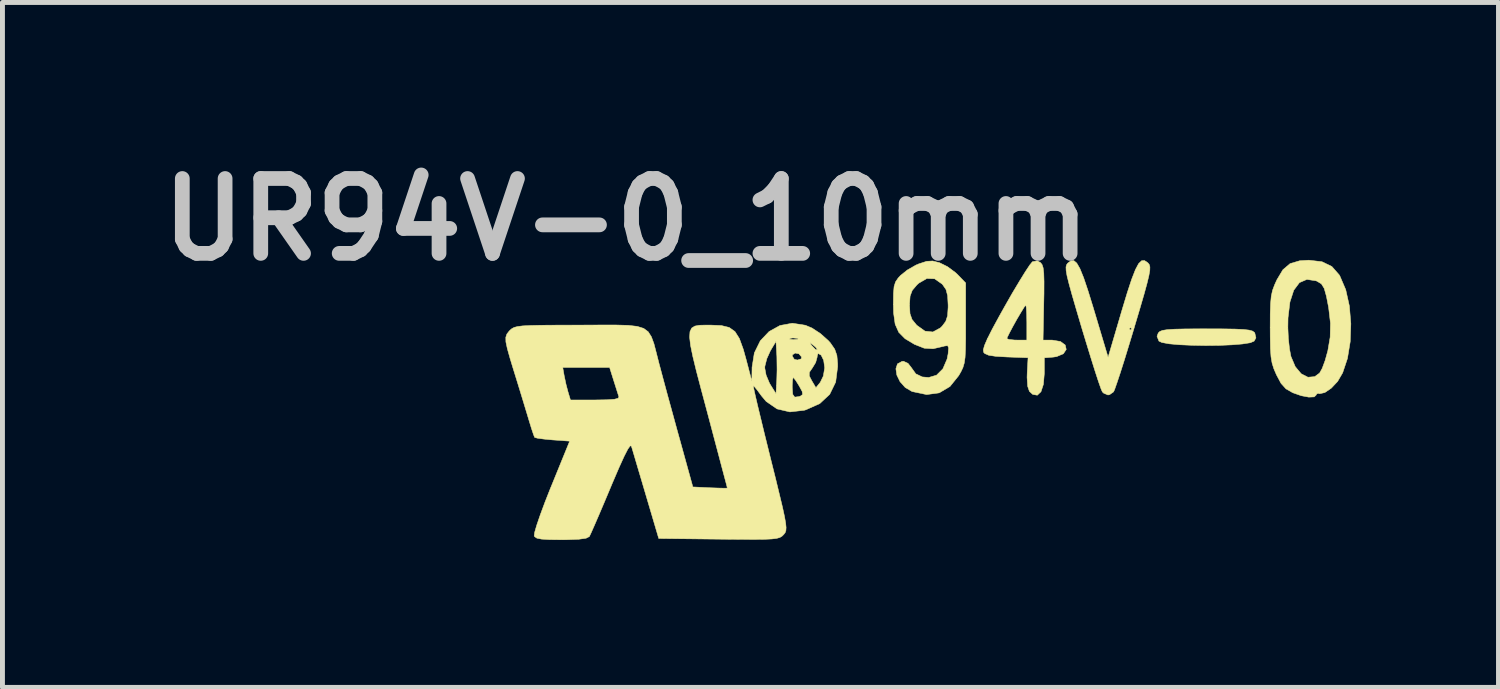
<source format=kicad_pcb>
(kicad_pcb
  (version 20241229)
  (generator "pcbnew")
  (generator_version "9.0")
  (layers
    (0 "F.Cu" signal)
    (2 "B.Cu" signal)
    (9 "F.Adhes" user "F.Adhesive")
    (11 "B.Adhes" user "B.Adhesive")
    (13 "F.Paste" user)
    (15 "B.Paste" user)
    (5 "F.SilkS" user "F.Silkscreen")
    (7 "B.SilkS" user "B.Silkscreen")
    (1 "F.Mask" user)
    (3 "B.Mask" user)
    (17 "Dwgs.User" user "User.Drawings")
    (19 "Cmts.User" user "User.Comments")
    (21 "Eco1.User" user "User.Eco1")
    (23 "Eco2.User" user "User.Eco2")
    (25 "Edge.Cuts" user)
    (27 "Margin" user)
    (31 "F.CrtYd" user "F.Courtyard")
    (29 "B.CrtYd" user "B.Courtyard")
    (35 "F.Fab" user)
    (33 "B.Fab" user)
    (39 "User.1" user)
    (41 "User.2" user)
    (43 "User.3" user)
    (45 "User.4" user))
  (footprint "UR94V-0_10mm"
    (layer "F.Cu")
    (at 17.596 6.818)
    (property "Reference" "UR94V-0_10mm" (at -7.9 -5.4 0) (unlocked yes) (layer "Dwgs.User") (effects (font (size 1.524 1.524) (thickness 0.3))))
    (attr through_hole)
    (fp_poly (pts (xy 4.245 -3.174) (xy 4.491 -3.17) (xy 4.664 -3.162) (xy 4.778 -3.149) (xy 4.847 -3.13) (xy 4.885 -3.103) (xy 4.894 -3.09) (xy 4.917 -2.991) (xy 4.88 -2.925) (xy 4.803 -2.892) (xy 4.644 -2.867) (xy 4.426 -2.849) (xy 4.168 -2.838) (xy 3.891 -2.835) (xy 3.615 -2.84) (xy 3.362 -2.851) (xy 3.151 -2.87) (xy 3.003 -2.897) (xy 2.943 -2.925) (xy 2.904 -3.023) (xy 2.929 -3.09) (xy 2.96 -3.121) (xy 3.015 -3.143) (xy 3.11 -3.158) (xy 3.26 -3.168) (xy 3.477 -3.173) (xy 3.776 -3.175) (xy 3.912 -3.175) (xy 4.245 -3.174)) (stroke (width 0.01) (type solid)) (fill yes) (layer "F.SilkS"))
    (fp_poly (pts (xy 2.713 -4.522) (xy 2.723 -4.512) (xy 2.747 -4.481) (xy 2.759 -4.435) (xy 2.757 -4.365) (xy 2.738 -4.256) (xy 2.7 -4.099) (xy 2.64 -3.88) (xy 2.555 -3.588) (xy 2.443 -3.212) (xy 2.438 -3.193) (xy 2.335 -2.853) (xy 2.24 -2.543) (xy 2.156 -2.279) (xy 2.087 -2.072) (xy 2.04 -1.938) (xy 2.019 -1.892) (xy 1.938 -1.835) (xy 1.905 -1.829) (xy 1.819 -1.865) (xy 1.791 -1.892) (xy 1.763 -1.957) (xy 1.711 -2.105) (xy 1.64 -2.323) (xy 1.554 -2.597) (xy 1.457 -2.913) (xy 1.372 -3.193) (xy 1.26 -3.573) (xy 1.174 -3.868) (xy 1.113 -4.09) (xy 1.073 -4.25) (xy 1.054 -4.36) (xy 1.051 -4.433) (xy 1.063 -4.479) (xy 1.086 -4.511) (xy 1.087 -4.512) (xy 1.151 -4.561) (xy 1.21 -4.564) (xy 1.27 -4.513) (xy 1.335 -4.4) (xy 1.41 -4.215) (xy 1.499 -3.951) (xy 1.608 -3.598) (xy 1.625 -3.541) (xy 1.908 -2.595) (xy 2.079 -3.175) (xy 2.337 -3.175) (xy 2.362 -3.15) (xy 2.388 -3.175) (xy 2.362 -3.2) (xy 2.337 -3.175) (xy 2.079 -3.175) (xy 2.186 -3.54) (xy 2.297 -3.907) (xy 2.388 -4.184) (xy 2.464 -4.379) (xy 2.529 -4.502) (xy 2.59 -4.561) (xy 2.649 -4.565) (xy 2.713 -4.522)) (stroke (width 0.01) (type solid)) (fill yes) (layer "F.SilkS"))
    (fp_poly (pts (xy 0.532 -4.523) (xy 0.564 -4.483) (xy 0.586 -4.416) (xy 0.599 -4.306) (xy 0.604 -4.136) (xy 0.603 -3.891) (xy 0.599 -3.7) (xy 0.584 -2.946) (xy 0.768 -2.946) (xy 0.939 -2.917) (xy 1.036 -2.845) (xy 1.056 -2.755) (xy 0.998 -2.668) (xy 0.861 -2.61) (xy 0.795 -2.6) (xy 0.61 -2.585) (xy 0.61 -2.268) (xy 0.591 -2.045) (xy 0.542 -1.895) (xy 0.467 -1.824) (xy 0.373 -1.841) (xy 0.306 -1.903) (xy 0.271 -2.006) (xy 0.259 -2.185) (xy 0.262 -2.282) (xy 0.279 -2.587) (xy -0.147 -2.602) (xy -0.375 -2.615) (xy -0.521 -2.637) (xy -0.602 -2.672) (xy -0.625 -2.697) (xy -0.632 -2.747) (xy -0.608 -2.836) (xy -0.548 -2.975) (xy -0.547 -2.976) (xy -0.152 -2.976) (xy -0.107 -2.958) (xy 0.005 -2.947) (xy 0.051 -2.946) (xy 0.254 -2.946) (xy 0.254 -3.302) (xy 0.251 -3.477) (xy 0.244 -3.604) (xy 0.234 -3.657) (xy 0.233 -3.658) (xy 0.2 -3.617) (xy 0.136 -3.513) (xy 0.053 -3.373) (xy -0.031 -3.222) (xy -0.102 -3.088) (xy -0.146 -2.998) (xy -0.152 -2.976) (xy -0.547 -2.976) (xy -0.448 -3.173) (xy -0.302 -3.441) (xy -0.194 -3.634) (xy -0.04 -3.904) (xy 0.103 -4.143) (xy 0.224 -4.339) (xy 0.315 -4.476) (xy 0.367 -4.54) (xy 0.368 -4.541) (xy 0.468 -4.559) (xy 0.532 -4.523)) (stroke (width 0.01) (type solid)) (fill yes) (layer "F.SilkS"))
    (fp_poly (pts (xy 6.261 -4.541) (xy 6.462 -4.444) (xy 6.613 -4.272) (xy 6.626 -4.249) (xy 6.745 -3.971) (xy 6.819 -3.639) (xy 6.849 -3.278) (xy 6.836 -2.914) (xy 6.78 -2.573) (xy 6.682 -2.28) (xy 6.58 -2.105) (xy 6.45 -1.967) (xy 6.319 -1.878) (xy 6.212 -1.854) (xy 6.185 -1.863) (xy 6.149 -1.848) (xy 6.147 -1.832) (xy 6.104 -1.79) (xy 5.993 -1.785) (xy 5.839 -1.814) (xy 5.668 -1.874) (xy 5.664 -1.876) (xy 5.528 -1.954) (xy 5.428 -2.065) (xy 5.334 -2.241) (xy 5.282 -2.362) (xy 5.246 -2.476) (xy 5.224 -2.606) (xy 5.212 -2.776) (xy 5.208 -3.009) (xy 5.207 -3.2) (xy 5.567 -3.2) (xy 5.577 -2.979) (xy 5.6 -2.768) (xy 5.629 -2.614) (xy 5.718 -2.404) (xy 5.839 -2.26) (xy 5.976 -2.19) (xy 6.114 -2.202) (xy 6.213 -2.275) (xy 6.266 -2.37) (xy 6.325 -2.529) (xy 6.378 -2.719) (xy 6.379 -2.72) (xy 6.428 -3.006) (xy 6.434 -3.289) (xy 6.397 -3.606) (xy 6.352 -3.838) (xy 6.307 -3.998) (xy 6.25 -4.09) (xy 6.159 -4.145) (xy 6.138 -4.153) (xy 5.954 -4.181) (xy 5.803 -4.116) (xy 5.687 -3.961) (xy 5.609 -3.721) (xy 5.57 -3.398) (xy 5.567 -3.2) (xy 5.207 -3.2) (xy 5.208 -3.483) (xy 5.215 -3.688) (xy 5.229 -3.838) (xy 5.255 -3.958) (xy 5.297 -4.07) (xy 5.343 -4.172) (xy 5.466 -4.378) (xy 5.613 -4.503) (xy 5.81 -4.561) (xy 5.994 -4.572) (xy 6.261 -4.541)) (stroke (width 0.01) (type solid)) (fill yes) (layer "F.SilkS"))
    (fp_poly (pts (xy -1.524 -4.521) (xy -1.522 -4.52) (xy -1.362 -4.441) (xy -1.201 -4.322) (xy -1.159 -4.283) (xy -0.991 -4.109) (xy -0.991 -3.286) (xy -0.991 -2.979) (xy -0.995 -2.754) (xy -1.003 -2.593) (xy -1.02 -2.477) (xy -1.047 -2.386) (xy -1.087 -2.302) (xy -1.133 -2.222) (xy -1.311 -2.001) (xy -1.529 -1.872) (xy -1.785 -1.837) (xy -2.076 -1.898) (xy -2.083 -1.9) (xy -2.221 -1.981) (xy -2.327 -2.1) (xy -2.392 -2.234) (xy -2.411 -2.362) (xy -2.379 -2.462) (xy -2.287 -2.512) (xy -2.257 -2.515) (xy -2.165 -2.473) (xy -2.102 -2.393) (xy -2.006 -2.259) (xy -1.874 -2.196) (xy -1.743 -2.185) (xy -1.584 -2.232) (xy -1.454 -2.362) (xy -1.369 -2.56) (xy -1.348 -2.667) (xy -1.338 -2.789) (xy -1.358 -2.833) (xy -1.422 -2.825) (xy -1.437 -2.82) (xy -1.654 -2.77) (xy -1.835 -2.781) (xy -2.027 -2.857) (xy -2.029 -2.857) (xy -2.224 -2.974) (xy -2.352 -3.103) (xy -2.426 -3.269) (xy -2.458 -3.496) (xy -2.462 -3.658) (xy -2.134 -3.658) (xy -2.124 -3.484) (xy -2.083 -3.366) (xy -1.994 -3.257) (xy -1.985 -3.247) (xy -1.819 -3.128) (xy -1.659 -3.111) (xy -1.506 -3.194) (xy -1.469 -3.23) (xy -1.396 -3.328) (xy -1.359 -3.442) (xy -1.348 -3.612) (xy -1.348 -3.66) (xy -1.358 -3.849) (xy -1.391 -3.975) (xy -1.459 -4.074) (xy -1.471 -4.087) (xy -1.623 -4.194) (xy -1.781 -4.2) (xy -1.946 -4.104) (xy -1.985 -4.068) (xy -2.078 -3.958) (xy -2.122 -3.841) (xy -2.134 -3.674) (xy -2.134 -3.658) (xy -2.462 -3.658) (xy -2.463 -3.684) (xy -2.46 -3.897) (xy -2.448 -4.036) (xy -2.418 -4.131) (xy -2.365 -4.209) (xy -2.319 -4.259) (xy -2.179 -4.372) (xy -2.002 -4.473) (xy -1.946 -4.497) (xy -1.786 -4.549) (xy -1.663 -4.556) (xy -1.524 -4.521)) (stroke (width 0.01) (type solid)) (fill yes) (layer "F.SilkS"))
    (fp_poly (pts (xy -4.254 -3.248) (xy -4.118 -3.191) (xy -3.945 -3.077) (xy -3.786 -2.935) (xy -3.744 -2.888) (xy -3.656 -2.76) (xy -3.612 -2.633) (xy -3.597 -2.464) (xy -3.597 -2.402) (xy -3.637 -2.091) (xy -3.759 -1.841) (xy -3.961 -1.653) (xy -4.244 -1.527) (xy -4.279 -1.517) (xy -4.569 -1.484) (xy -4.83 -1.545) (xy -5.051 -1.697) (xy -5.147 -1.811) (xy -5.235 -1.931) (xy -5.297 -2.005) (xy -5.315 -2.017) (xy -5.306 -1.967) (xy -5.276 -1.83) (xy -5.227 -1.619) (xy -5.161 -1.346) (xy -5.083 -1.024) (xy -4.994 -0.665) (xy -4.965 -0.547) (xy -4.861 -0.131) (xy -4.781 0.199) (xy -4.72 0.453) (xy -4.679 0.641) (xy -4.655 0.777) (xy -4.646 0.869) (xy -4.65 0.931) (xy -4.665 0.973) (xy -4.69 1.006) (xy -4.697 1.014) (xy -4.731 1.047) (xy -4.774 1.072) (xy -4.838 1.09) (xy -4.936 1.102) (xy -5.082 1.109) (xy -5.289 1.111) (xy -5.569 1.11) (xy -5.935 1.107) (xy -6.015 1.106) (xy -7.238 1.092) (xy -7.501 0.203) (xy -7.587 -0.088) (xy -7.665 -0.35) (xy -7.729 -0.567) (xy -7.774 -0.719) (xy -7.795 -0.787) (xy -7.819 -0.794) (xy -7.867 -0.727) (xy -7.942 -0.581) (xy -8.046 -0.352) (xy -8.183 -0.033) (xy -8.218 0.051) (xy -8.34 0.341) (xy -8.451 0.602) (xy -8.544 0.817) (xy -8.612 0.971) (xy -8.649 1.05) (xy -8.652 1.054) (xy -8.717 1.087) (xy -8.866 1.108) (xy -9.106 1.117) (xy -9.218 1.118) (xy -9.462 1.115) (xy -9.623 1.105) (xy -9.718 1.086) (xy -9.764 1.055) (xy -9.773 1.038) (xy -9.764 0.968) (xy -9.721 0.82) (xy -9.649 0.61) (xy -9.554 0.354) (xy -9.441 0.067) (xy -9.427 0.034) (xy -9.051 -0.889) (xy -9.398 -0.914) (xy -9.575 -0.931) (xy -9.706 -0.949) (xy -9.764 -0.965) (xy -9.764 -0.965) (xy -9.787 -1.023) (xy -9.83 -1.152) (xy -9.883 -1.325) (xy -9.889 -1.346) (xy -9.949 -1.544) (xy -10.027 -1.801) (xy -10.113 -2.082) (xy -10.179 -2.295) (xy -10.208 -2.388) (xy -9.192 -2.388) (xy -9.163 -2.223) (xy -9.126 -2.048) (xy -9.085 -1.892) (xy -9.035 -1.727) (xy -8.532 -1.727) (xy -8.291 -1.731) (xy -8.139 -1.742) (xy -8.063 -1.762) (xy -8.049 -1.791) (xy -8.075 -1.872) (xy -8.12 -2.014) (xy -8.154 -2.121) (xy -8.238 -2.388) (xy -9.192 -2.388) (xy -10.208 -2.388) (xy -10.264 -2.573) (xy -10.32 -2.772) (xy -10.349 -2.909) (xy -10.351 -3.002) (xy -10.329 -3.069) (xy -10.285 -3.126) (xy -10.262 -3.15) (xy -10.226 -3.18) (xy -10.18 -3.204) (xy -10.111 -3.222) (xy -10.007 -3.235) (xy -9.855 -3.243) (xy -9.643 -3.248) (xy -9.359 -3.25) (xy -8.989 -3.251) (xy -8.84 -3.251) (xy -8.428 -3.253) (xy -8.105 -3.253) (xy -7.859 -3.246) (xy -7.676 -3.225) (xy -7.545 -3.184) (xy -7.453 -3.116) (xy -7.388 -3.014) (xy -7.336 -2.873) (xy -7.287 -2.685) (xy -7.226 -2.445) (xy -7.217 -2.413) (xy -7.148 -2.154) (xy -7.06 -1.828) (xy -6.961 -1.468) (xy -6.862 -1.106) (xy -6.799 -0.88) (xy -6.544 0.043) (xy -6.193 0.06) (xy -6.019 0.066) (xy -5.893 0.069) (xy -5.842 0.066) (xy -5.842 0.066) (xy -5.854 0.016) (xy -5.89 -0.12) (xy -5.946 -0.33) (xy -6.018 -0.603) (xy -6.104 -0.927) (xy -6.2 -1.29) (xy -6.251 -1.482) (xy -6.375 -1.946) (xy -6.473 -2.32) (xy -6.545 -2.616) (xy -6.591 -2.841) (xy -6.61 -3.006) (xy -6.602 -3.119) (xy -6.567 -3.191) (xy -6.503 -3.231) (xy -6.412 -3.248) (xy -6.292 -3.251) (xy -6.182 -3.251) (xy -5.964 -3.242) (xy -5.804 -3.203) (xy -5.687 -3.12) (xy -5.597 -2.978) (xy -5.518 -2.761) (xy -5.461 -2.557) (xy -5.343 -2.108) (xy -5.339 -2.378) (xy -5.08 -2.378) (xy -5.053 -2.233) (xy -4.985 -2.071) (xy -4.966 -2.038) (xy -4.851 -1.854) (xy -4.844 -1.981) (xy -4.521 -1.981) (xy -4.511 -1.841) (xy -4.47 -1.785) (xy -4.382 -1.796) (xy -4.352 -1.807) (xy -4.309 -1.839) (xy -4.319 -1.901) (xy -4.378 -2.01) (xy -4.447 -2.12) (xy -4.494 -2.18) (xy -4.501 -2.184) (xy -4.514 -2.139) (xy -4.521 -2.027) (xy -4.521 -1.981) (xy -4.844 -1.981) (xy -4.836 -2.121) (xy -4.833 -2.216) (xy -4.174 -2.216) (xy -4.123 -2.118) (xy -4.039 -1.976) (xy -3.95 -2.086) (xy -3.888 -2.214) (xy -3.861 -2.376) (xy -3.861 -2.387) (xy -3.881 -2.534) (xy -3.93 -2.635) (xy -3.937 -2.642) (xy -3.996 -2.675) (xy -4.013 -2.621) (xy -4.013 -2.603) (xy -4.044 -2.49) (xy -4.11 -2.381) (xy -4.173 -2.29) (xy -4.174 -2.216) (xy -4.833 -2.216) (xy -4.83 -2.344) (xy -4.833 -2.583) (xy -4.834 -2.62) (xy -4.521 -2.62) (xy -4.478 -2.554) (xy -4.415 -2.54) (xy -4.338 -2.564) (xy -4.331 -2.603) (xy -4.385 -2.667) (xy -4.462 -2.682) (xy -4.516 -2.646) (xy -4.521 -2.62) (xy -4.834 -2.62) (xy -4.836 -2.654) (xy -4.85 -2.895) (xy -4.162 -2.895) (xy -4.15 -2.869) (xy -4.121 -2.832) (xy -4.047 -2.753) (xy -4.014 -2.753) (xy -4.013 -2.762) (xy -4.048 -2.805) (xy -4.102 -2.851) (xy -4.162 -2.895) (xy -4.85 -2.895) (xy -4.851 -2.921) (xy -4.966 -2.728) (xy -5.038 -2.569) (xy -5.078 -2.413) (xy -5.08 -2.378) (xy -5.339 -2.378) (xy -5.339 -2.392) (xy -5.292 -2.685) (xy -5.171 -2.931) (xy -5.139 -2.965) (xy -4.579 -2.965) (xy -4.512 -2.957) (xy -4.496 -2.956) (xy -4.409 -2.962) (xy -4.401 -2.978) (xy -4.406 -2.98) (xy -4.507 -2.99) (xy -4.558 -2.982) (xy -4.579 -2.965) (xy -5.139 -2.965) (xy -4.992 -3.12) (xy -4.77 -3.243) (xy -4.519 -3.289) (xy -4.254 -3.248)) (stroke (width 0.01) (type solid)) (fill yes) (layer "F.SilkS")))
  (gr_rect
    (start -3 -3)
    (end 27.45 10.941)
    (stroke (width 0.1) (type default))
    (fill no)
    (layer "Edge.Cuts")))
</source>
